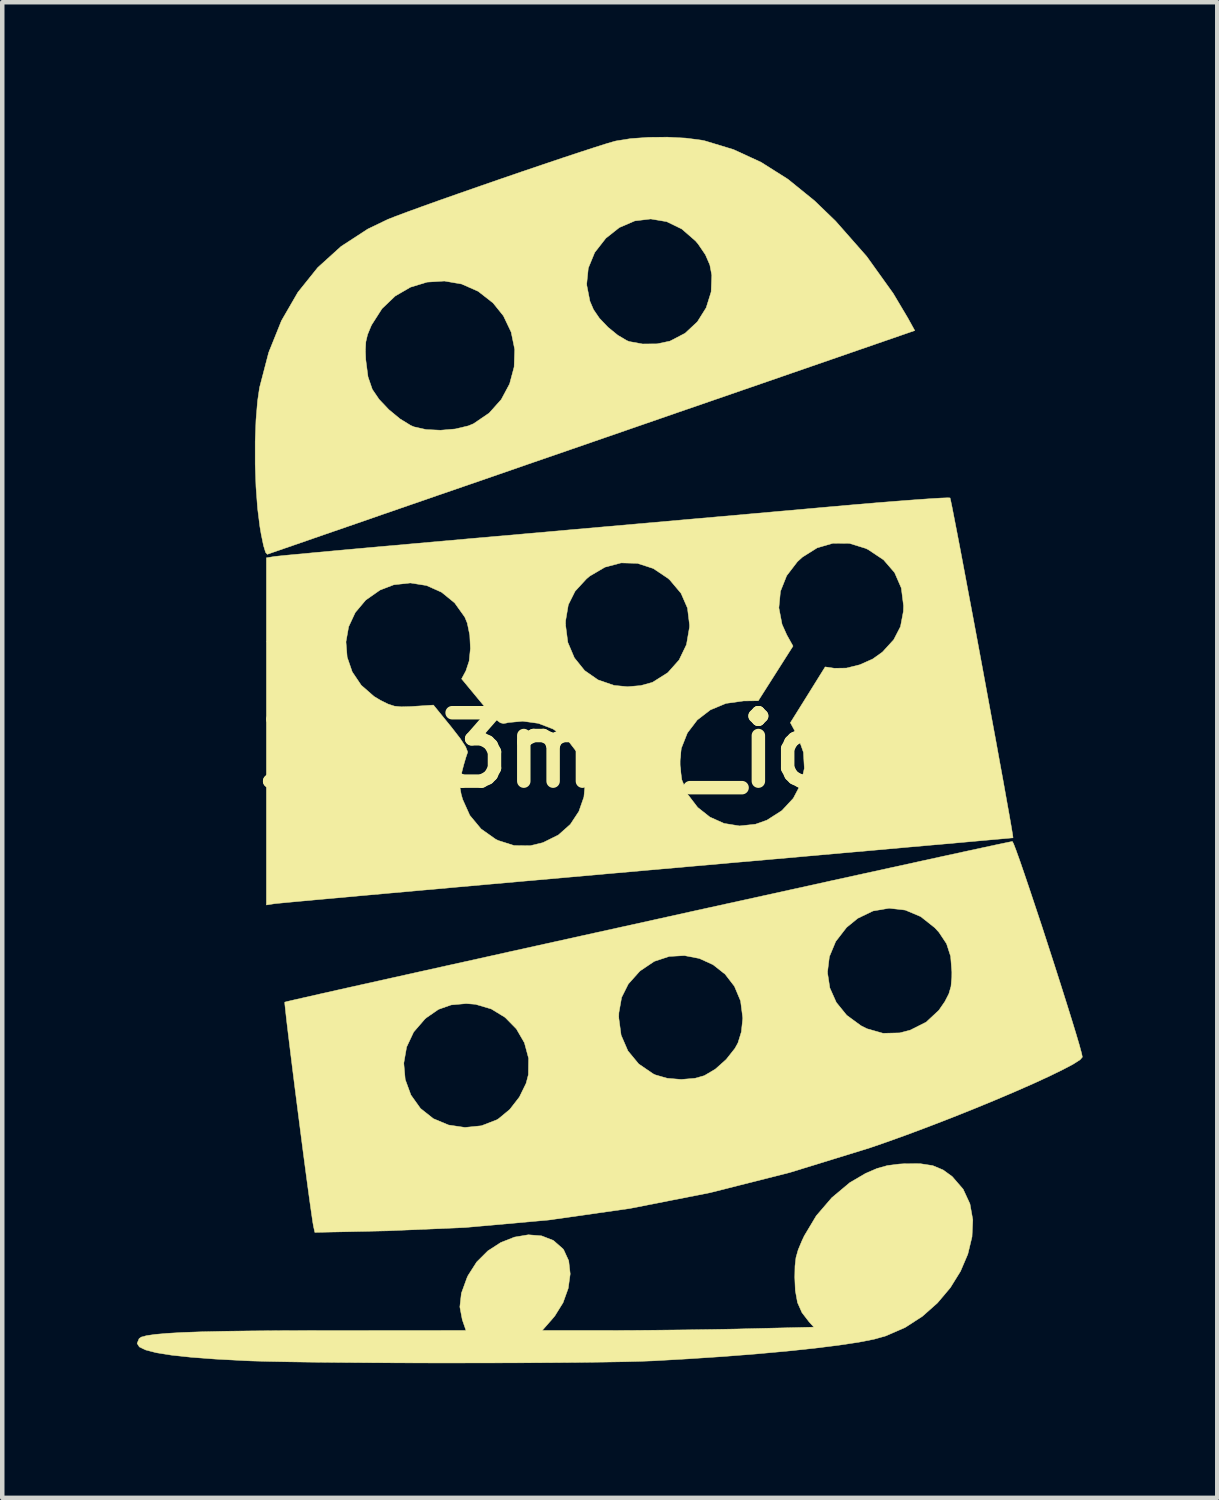
<source format=kicad_pcb>
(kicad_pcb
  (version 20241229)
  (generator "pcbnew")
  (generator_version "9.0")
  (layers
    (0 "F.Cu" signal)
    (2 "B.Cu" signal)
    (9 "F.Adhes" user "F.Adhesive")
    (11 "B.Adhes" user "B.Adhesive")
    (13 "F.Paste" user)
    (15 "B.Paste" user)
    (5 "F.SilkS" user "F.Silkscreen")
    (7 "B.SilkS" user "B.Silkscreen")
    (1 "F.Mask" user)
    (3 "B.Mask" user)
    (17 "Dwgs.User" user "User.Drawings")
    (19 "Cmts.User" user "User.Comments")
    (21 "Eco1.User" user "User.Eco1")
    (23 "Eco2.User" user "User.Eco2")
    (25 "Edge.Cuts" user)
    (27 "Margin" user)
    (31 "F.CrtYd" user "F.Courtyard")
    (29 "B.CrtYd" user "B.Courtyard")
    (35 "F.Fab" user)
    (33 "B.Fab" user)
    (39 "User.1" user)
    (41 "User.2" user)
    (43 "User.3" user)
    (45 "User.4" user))
  (footprint "27_3mm_icon"
    (layer "F.Cu")
    (at 10.504 13.66)
    (property "Reference" "27_3mm_icon" (at 0 0 0) (layer "F.SilkS") (effects (font (size 1.524 1.524) (thickness 0.3))))
    (attr through_hole)
    (fp_poly (pts (xy 7.222 9.253) (xy 7.454 9.35) (xy 7.656 9.497) (xy 7.9 9.779) (xy 8.051 10.105) (xy 8.115 10.462) (xy 8.097 10.84) (xy 8.004 11.225) (xy 7.841 11.607) (xy 7.614 11.973) (xy 7.328 12.312) (xy 6.99 12.612) (xy 6.604 12.861) (xy 6.176 13.047) (xy 5.921 13.119) (xy 5.576 13.187) (xy 5.129 13.254) (xy 4.592 13.321) (xy 3.976 13.386) (xy 3.293 13.448) (xy 2.553 13.506) (xy 1.768 13.558) (xy 1.016 13.601) (xy 0.734 13.612) (xy 0.352 13.622) (xy -0.115 13.63) (xy -0.656 13.637) (xy -1.255 13.642) (xy -1.901 13.646) (xy -2.579 13.648) (xy -3.276 13.649) (xy -3.979 13.649) (xy -4.675 13.647) (xy -5.349 13.643) (xy -5.989 13.638) (xy -6.581 13.632) (xy -7.112 13.624) (xy -7.568 13.615) (xy -7.937 13.605) (xy -8.1 13.598) (xy -8.754 13.563) (xy -9.298 13.522) (xy -9.736 13.475) (xy -10.072 13.421) (xy -10.309 13.36) (xy -10.45 13.292) (xy -10.499 13.215) (xy -10.499 13.211) (xy -10.455 13.106) (xy -10.406 13.072) (xy -10.286 13.04) (xy -10.098 13.013) (xy -9.837 12.99) (xy -9.497 12.97) (xy -9.073 12.955) (xy -8.559 12.943) (xy -7.951 12.935) (xy -7.241 12.929) (xy -6.425 12.927) (xy -6.23 12.927) (xy -3.174 12.926) (xy -3.257 12.686) (xy -3.311 12.401) (xy -3.277 12.096) (xy -3.152 11.752) (xy -3.129 11.702) (xy -2.936 11.4) (xy -2.688 11.153) (xy -2.401 10.967) (xy -2.095 10.846) (xy -1.785 10.794) (xy -1.49 10.818) (xy -1.228 10.92) (xy -1.016 11.106) (xy -0.998 11.129) (xy -0.886 11.373) (xy -0.853 11.666) (xy -0.897 11.986) (xy -1.012 12.306) (xy -1.195 12.601) (xy -1.25 12.667) (xy -1.477 12.926) (xy 0.014 12.926) (xy 0.522 12.924) (xy 1.102 12.919) (xy 1.713 12.912) (xy 2.313 12.903) (xy 2.861 12.893) (xy 3.04 12.888) (xy 4.575 12.851) (xy 4.467 12.733) (xy 4.309 12.527) (xy 4.21 12.304) (xy 4.161 12.033) (xy 4.149 11.74) (xy 4.154 11.49) (xy 4.176 11.301) (xy 4.225 11.128) (xy 4.312 10.921) (xy 4.361 10.817) (xy 4.627 10.372) (xy 4.973 9.969) (xy 5.374 9.633) (xy 5.729 9.425) (xy 5.983 9.316) (xy 6.212 9.252) (xy 6.473 9.219) (xy 6.583 9.212) (xy 6.941 9.21) (xy 7.222 9.253)) (stroke (width 0.01) (type solid)) (fill yes) (layer "F.SilkS"))
    (fp_poly (pts (xy 1.72 -13.634) (xy 2.067 -13.589) (xy 2.145 -13.573) (xy 2.785 -13.379) (xy 3.399 -13.096) (xy 3.997 -12.718) (xy 4.588 -12.239) (xy 5.057 -11.787) (xy 5.75 -11) (xy 6.342 -10.174) (xy 6.668 -9.626) (xy 6.822 -9.347) (xy 4.074 -8.397) (xy 3.563 -8.22) (xy 2.96 -8.012) (xy 2.282 -7.778) (xy 1.545 -7.524) (xy 0.765 -7.254) (xy -0.042 -6.975) (xy -0.861 -6.692) (xy -1.676 -6.411) (xy -2.47 -6.136) (xy -3.104 -5.917) (xy -3.784 -5.683) (xy -4.432 -5.459) (xy -5.043 -5.248) (xy -5.607 -5.052) (xy -6.118 -4.876) (xy -6.566 -4.721) (xy -6.943 -4.59) (xy -7.243 -4.487) (xy -7.457 -4.413) (xy -7.576 -4.371) (xy -7.599 -4.363) (xy -7.638 -4.406) (xy -7.684 -4.556) (xy -7.736 -4.808) (xy -7.765 -4.978) (xy -7.817 -5.392) (xy -7.852 -5.865) (xy -7.87 -6.37) (xy -7.87 -6.876) (xy -7.852 -7.355) (xy -7.817 -7.776) (xy -7.773 -8.076) (xy -7.569 -8.859) (xy -7.549 -8.909) (xy -5.415 -8.909) (xy -5.407 -8.701) (xy -5.357 -8.317) (xy -5.261 -8.037) (xy -5.11 -7.815) (xy -4.893 -7.586) (xy -4.645 -7.381) (xy -4.404 -7.233) (xy -4.331 -7.202) (xy -4.062 -7.142) (xy -3.741 -7.127) (xy -3.413 -7.155) (xy -3.123 -7.224) (xy -3.007 -7.272) (xy -2.658 -7.51) (xy -2.389 -7.811) (xy -2.203 -8.159) (xy -2.102 -8.537) (xy -2.089 -8.927) (xy -2.168 -9.312) (xy -2.341 -9.675) (xy -2.571 -9.961) (xy -2.903 -10.221) (xy -3.245 -10.372) (xy -0.487 -10.372) (xy -0.414 -10.001) (xy -0.334 -9.814) (xy -0.202 -9.621) (xy -0.01 -9.42) (xy 0.206 -9.244) (xy 0.41 -9.123) (xy 0.464 -9.102) (xy 0.759 -9.048) (xy 1.082 -9.051) (xy 1.369 -9.112) (xy 1.707 -9.288) (xy 1.98 -9.543) (xy 2.176 -9.856) (xy 2.286 -10.208) (xy 2.301 -10.58) (xy 2.257 -10.811) (xy 2.159 -11.036) (xy 1.998 -11.273) (xy 1.94 -11.342) (xy 1.633 -11.609) (xy 1.296 -11.773) (xy 0.942 -11.833) (xy 0.586 -11.79) (xy 0.242 -11.642) (xy -0.059 -11.404) (xy -0.307 -11.086) (xy -0.45 -10.738) (xy -0.487 -10.372) (xy -3.245 -10.372) (xy -3.269 -10.383) (xy -3.654 -10.45) (xy -4.04 -10.426) (xy -4.411 -10.313) (xy -4.752 -10.115) (xy -5.045 -9.835) (xy -5.275 -9.475) (xy -5.292 -9.439) (xy -5.367 -9.257) (xy -5.405 -9.096) (xy -5.415 -8.909) (xy -7.549 -8.909) (xy -7.284 -9.568) (xy -6.919 -10.199) (xy -6.477 -10.75) (xy -5.957 -11.221) (xy -5.363 -11.608) (xy -4.916 -11.823) (xy -4.739 -11.893) (xy -4.476 -11.991) (xy -4.141 -12.113) (xy -3.75 -12.253) (xy -3.315 -12.406) (xy -2.853 -12.567) (xy -2.377 -12.732) (xy -1.902 -12.895) (xy -1.441 -13.051) (xy -1.011 -13.196) (xy -0.623 -13.324) (xy -0.295 -13.431) (xy -0.039 -13.512) (xy 0.13 -13.561) (xy 0.165 -13.57) (xy 0.496 -13.623) (xy 0.894 -13.651) (xy 1.315 -13.655) (xy 1.72 -13.634)) (stroke (width 0.01) (type solid)) (fill yes) (layer "F.SilkS"))
    (fp_poly (pts (xy 9.023 2.085) (xy 9.079 2.231) (xy 9.161 2.459) (xy 9.263 2.755) (xy 9.382 3.107) (xy 9.513 3.5) (xy 9.653 3.921) (xy 9.795 4.359) (xy 9.937 4.798) (xy 10.074 5.227) (xy 10.202 5.632) (xy 10.317 6) (xy 10.414 6.317) (xy 10.489 6.571) (xy 10.537 6.748) (xy 10.555 6.835) (xy 10.555 6.836) (xy 10.504 6.895) (xy 10.358 6.989) (xy 10.128 7.111) (xy 9.826 7.259) (xy 9.463 7.426) (xy 9.049 7.608) (xy 8.597 7.8) (xy 8.116 7.998) (xy 7.619 8.196) (xy 7.117 8.39) (xy 6.62 8.576) (xy 6.14 8.748) (xy 5.814 8.86) (xy 4.035 9.408) (xy 2.26 9.857) (xy 0.475 10.208) (xy -1.338 10.466) (xy -3.193 10.632) (xy -4.922 10.706) (xy -6.541 10.741) (xy -6.571 10.606) (xy -6.589 10.503) (xy -6.617 10.309) (xy -6.656 10.036) (xy -6.702 9.698) (xy -6.754 9.31) (xy -6.81 8.884) (xy -6.868 8.435) (xy -6.927 7.976) (xy -6.985 7.522) (xy -7.04 7.085) (xy -7.054 6.971) (xy -4.56 6.971) (xy -4.528 7.335) (xy -4.401 7.681) (xy -4.188 7.98) (xy -3.902 8.207) (xy -3.563 8.349) (xy -3.198 8.403) (xy -2.832 8.366) (xy -2.49 8.234) (xy -2.449 8.209) (xy -2.199 8.002) (xy -1.985 7.726) (xy -1.835 7.42) (xy -1.785 7.229) (xy -1.78 6.862) (xy -1.873 6.517) (xy -2.052 6.208) (xy -2.3 5.955) (xy 0.228 5.955) (xy 0.281 6.348) (xy 0.432 6.697) (xy 0.673 6.989) (xy 0.995 7.209) (xy 1.043 7.232) (xy 1.307 7.308) (xy 1.62 7.334) (xy 1.927 7.308) (xy 2.133 7.25) (xy 2.38 7.104) (xy 2.622 6.888) (xy 2.817 6.641) (xy 2.884 6.519) (xy 2.959 6.276) (xy 2.99 5.983) (xy 2.99 5.959) (xy 2.942 5.585) (xy 2.805 5.259) (xy 2.596 4.988) (xy 2.547 4.95) (xy 4.877 4.95) (xy 4.93 5.295) (xy 5.074 5.618) (xy 5.306 5.904) (xy 5.624 6.137) (xy 5.757 6.204) (xy 6.115 6.306) (xy 6.487 6.297) (xy 6.72 6.236) (xy 7.076 6.057) (xy 7.359 5.793) (xy 7.492 5.6) (xy 7.581 5.427) (xy 7.629 5.262) (xy 7.647 5.056) (xy 7.648 4.939) (xy 7.621 4.592) (xy 7.53 4.311) (xy 7.362 4.058) (xy 7.268 3.955) (xy 6.955 3.707) (xy 6.611 3.562) (xy 6.252 3.52) (xy 5.893 3.581) (xy 5.552 3.745) (xy 5.303 3.948) (xy 5.061 4.261) (xy 4.92 4.6) (xy 4.877 4.95) (xy 2.547 4.95) (xy 2.33 4.779) (xy 2.023 4.639) (xy 1.691 4.575) (xy 1.351 4.594) (xy 1.019 4.704) (xy 0.71 4.912) (xy 0.691 4.929) (xy 0.441 5.209) (xy 0.292 5.507) (xy 0.231 5.85) (xy 0.228 5.955) (xy -2.3 5.955) (xy -2.303 5.952) (xy -2.611 5.764) (xy -2.964 5.66) (xy -3.169 5.644) (xy -3.505 5.674) (xy -3.786 5.773) (xy -4.054 5.958) (xy -4.091 5.99) (xy -4.34 6.278) (xy -4.497 6.612) (xy -4.56 6.971) (xy -7.054 6.971) (xy -7.09 6.681) (xy -7.134 6.321) (xy -7.17 6.021) (xy -7.195 5.794) (xy -7.21 5.653) (xy -7.211 5.612) (xy -7.154 5.597) (xy -6.995 5.56) (xy -6.74 5.502) (xy -6.397 5.424) (xy -5.974 5.329) (xy -5.477 5.218) (xy -4.915 5.093) (xy -4.295 4.955) (xy -3.625 4.806) (xy -2.91 4.648) (xy -2.161 4.481) (xy -1.382 4.309) (xy -0.583 4.132) (xy 0.229 3.953) (xy 1.048 3.772) (xy 1.865 3.591) (xy 2.674 3.413) (xy 3.466 3.239) (xy 4.234 3.07) (xy 4.971 2.907) (xy 5.67 2.754) (xy 6.322 2.611) (xy 6.921 2.48) (xy 7.459 2.362) (xy 7.929 2.26) (xy 8.322 2.175) (xy 8.632 2.108) (xy 8.852 2.062) (xy 8.973 2.037) (xy 8.996 2.033) (xy 9.023 2.085)) (stroke (width 0.01) (type solid)) (fill yes) (layer "F.SilkS"))
    (fp_poly (pts (xy 7.608 -5.619) (xy 7.622 -5.561) (xy 7.655 -5.403) (xy 7.703 -5.156) (xy 7.766 -4.832) (xy 7.841 -4.441) (xy 7.925 -3.995) (xy 8.017 -3.503) (xy 8.116 -2.978) (xy 8.218 -2.431) (xy 8.322 -1.871) (xy 8.425 -1.311) (xy 8.526 -0.761) (xy 8.624 -0.232) (xy 8.714 0.264) (xy 8.797 0.717) (xy 8.868 1.116) (xy 8.928 1.45) (xy 8.973 1.708) (xy 9.001 1.878) (xy 9.011 1.95) (xy 9.011 1.952) (xy 8.955 1.957) (xy 8.792 1.972) (xy 8.53 1.995) (xy 8.174 2.027) (xy 7.731 2.067) (xy 7.207 2.113) (xy 6.607 2.166) (xy 5.94 2.226) (xy 5.21 2.29) (xy 4.424 2.36) (xy 3.588 2.434) (xy 2.708 2.511) (xy 1.792 2.592) (xy 0.875 2.673) (xy -0.075 2.757) (xy -0.996 2.839) (xy -1.882 2.917) (xy -2.726 2.992) (xy -3.521 3.063) (xy -4.261 3.129) (xy -4.941 3.19) (xy -5.552 3.245) (xy -6.089 3.294) (xy -6.546 3.335) (xy -6.916 3.369) (xy -7.192 3.395) (xy -7.368 3.412) (xy -7.437 3.419) (xy -7.62 3.448) (xy -7.62 -2.413) (xy -5.848 -2.413) (xy -5.821 -2.072) (xy -5.708 -1.744) (xy -5.508 -1.447) (xy -5.222 -1.197) (xy -5.079 -1.111) (xy -4.909 -1.027) (xy -4.768 -0.981) (xy -4.615 -0.966) (xy -4.404 -0.972) (xy -4.334 -0.977) (xy -3.899 -1.005) (xy -3.502 -0.517) (xy -3.304 -0.262) (xy -3.182 -0.076) (xy -3.138 0.037) (xy -3.141 0.056) (xy -3.175 0.156) (xy -3.224 0.322) (xy -3.26 0.459) (xy -3.305 0.657) (xy -3.312 0.811) (xy -3.282 0.979) (xy -3.249 1.096) (xy -3.089 1.452) (xy -2.838 1.754) (xy -2.514 1.983) (xy -2.455 2.012) (xy -2.102 2.124) (xy -1.744 2.128) (xy -1.46 2.059) (xy -1.117 1.889) (xy -0.85 1.652) (xy -0.66 1.364) (xy -0.548 1.043) (xy -0.516 0.706) (xy -0.566 0.369) (xy -0.602 0.282) (xy 1.583 0.282) (xy 1.633 0.66) (xy 1.772 0.994) (xy 1.986 1.274) (xy 2.259 1.49) (xy 2.574 1.631) (xy 2.918 1.687) (xy 3.274 1.649) (xy 3.528 1.559) (xy 3.861 1.346) (xy 4.116 1.072) (xy 4.284 0.753) (xy 4.362 0.405) (xy 4.342 0.047) (xy 4.218 -0.305) (xy 4.204 -0.33) (xy 4.051 -0.612) (xy 4.439 -1.233) (xy 4.826 -1.855) (xy 5.031 -1.825) (xy 5.299 -1.829) (xy 5.598 -1.903) (xy 5.888 -2.033) (xy 6.102 -2.186) (xy 6.353 -2.461) (xy 6.504 -2.753) (xy 6.568 -3.091) (xy 6.572 -3.217) (xy 6.522 -3.613) (xy 6.373 -3.955) (xy 6.127 -4.24) (xy 5.785 -4.468) (xy 5.729 -4.495) (xy 5.367 -4.607) (xy 5.001 -4.61) (xy 4.648 -4.507) (xy 4.32 -4.301) (xy 4.208 -4.199) (xy 3.969 -3.887) (xy 3.83 -3.538) (xy 3.795 -3.171) (xy 3.866 -2.802) (xy 3.972 -2.566) (xy 4.11 -2.319) (xy 3.723 -1.71) (xy 3.336 -1.101) (xy 3.009 -1.097) (xy 2.616 -1.042) (xy 2.268 -0.897) (xy 1.977 -0.673) (xy 1.757 -0.384) (xy 1.622 -0.042) (xy 1.583 0.282) (xy -0.602 0.282) (xy -0.698 0.051) (xy -0.915 -0.231) (xy -1.218 -0.461) (xy -1.245 -0.476) (xy -1.563 -0.598) (xy -1.91 -0.646) (xy -2.237 -0.615) (xy -2.27 -0.606) (xy -2.34 -0.594) (xy -2.408 -0.61) (xy -2.488 -0.669) (xy -2.598 -0.782) (xy -2.754 -0.964) (xy -2.848 -1.076) (xy -3.272 -1.589) (xy -3.176 -1.768) (xy -3.104 -1.986) (xy -3.076 -2.265) (xy -3.09 -2.56) (xy -3.138 -2.794) (xy -0.957 -2.794) (xy -0.906 -2.401) (xy -0.76 -2.057) (xy -0.532 -1.774) (xy -0.233 -1.566) (xy 0.124 -1.443) (xy 0.423 -1.414) (xy 0.717 -1.439) (xy 0.968 -1.508) (xy 0.989 -1.517) (xy 1.32 -1.726) (xy 1.572 -2.009) (xy 1.737 -2.352) (xy 1.804 -2.74) (xy 1.805 -2.79) (xy 1.759 -3.166) (xy 1.616 -3.494) (xy 1.368 -3.789) (xy 1.325 -3.828) (xy 0.998 -4.047) (xy 0.645 -4.162) (xy 0.281 -4.172) (xy -0.078 -4.077) (xy -0.416 -3.879) (xy -0.491 -3.816) (xy -0.744 -3.541) (xy -0.895 -3.239) (xy -0.955 -2.886) (xy -0.957 -2.794) (xy -3.138 -2.794) (xy -3.145 -2.829) (xy -3.2 -2.963) (xy -3.427 -3.281) (xy -3.718 -3.518) (xy -4.053 -3.668) (xy -4.414 -3.725) (xy -4.783 -3.684) (xy -5.087 -3.568) (xy -5.407 -3.344) (xy -5.641 -3.066) (xy -5.788 -2.75) (xy -5.848 -2.413) (xy -7.62 -2.413) (xy -7.62 -4.285) (xy -7.437 -4.315) (xy -7.353 -4.324) (xy -7.166 -4.343) (xy -6.884 -4.369) (xy -6.515 -4.404) (xy -6.068 -4.445) (xy -5.551 -4.492) (xy -4.973 -4.544) (xy -4.343 -4.6) (xy -3.668 -4.66) (xy -2.959 -4.723) (xy -2.455 -4.767) (xy -1.65 -4.838) (xy -0.82 -4.912) (xy 0.022 -4.986) (xy 0.859 -5.06) (xy 1.676 -5.132) (xy 2.458 -5.201) (xy 3.19 -5.266) (xy 3.856 -5.325) (xy 4.441 -5.377) (xy 4.93 -5.421) (xy 4.957 -5.423) (xy 5.488 -5.47) (xy 5.985 -5.512) (xy 6.436 -5.548) (xy 6.83 -5.578) (xy 7.155 -5.601) (xy 7.401 -5.616) (xy 7.556 -5.622) (xy 7.608 -5.619)) (stroke (width 0.01) (type solid)) (fill yes) (layer "F.SilkS")))
  (gr_rect
    (start -3 -3)
    (end 24.064 30.314)
    (stroke (width 0.1) (type default))
    (fill no)
    (layer "Edge.Cuts")))
</source>
